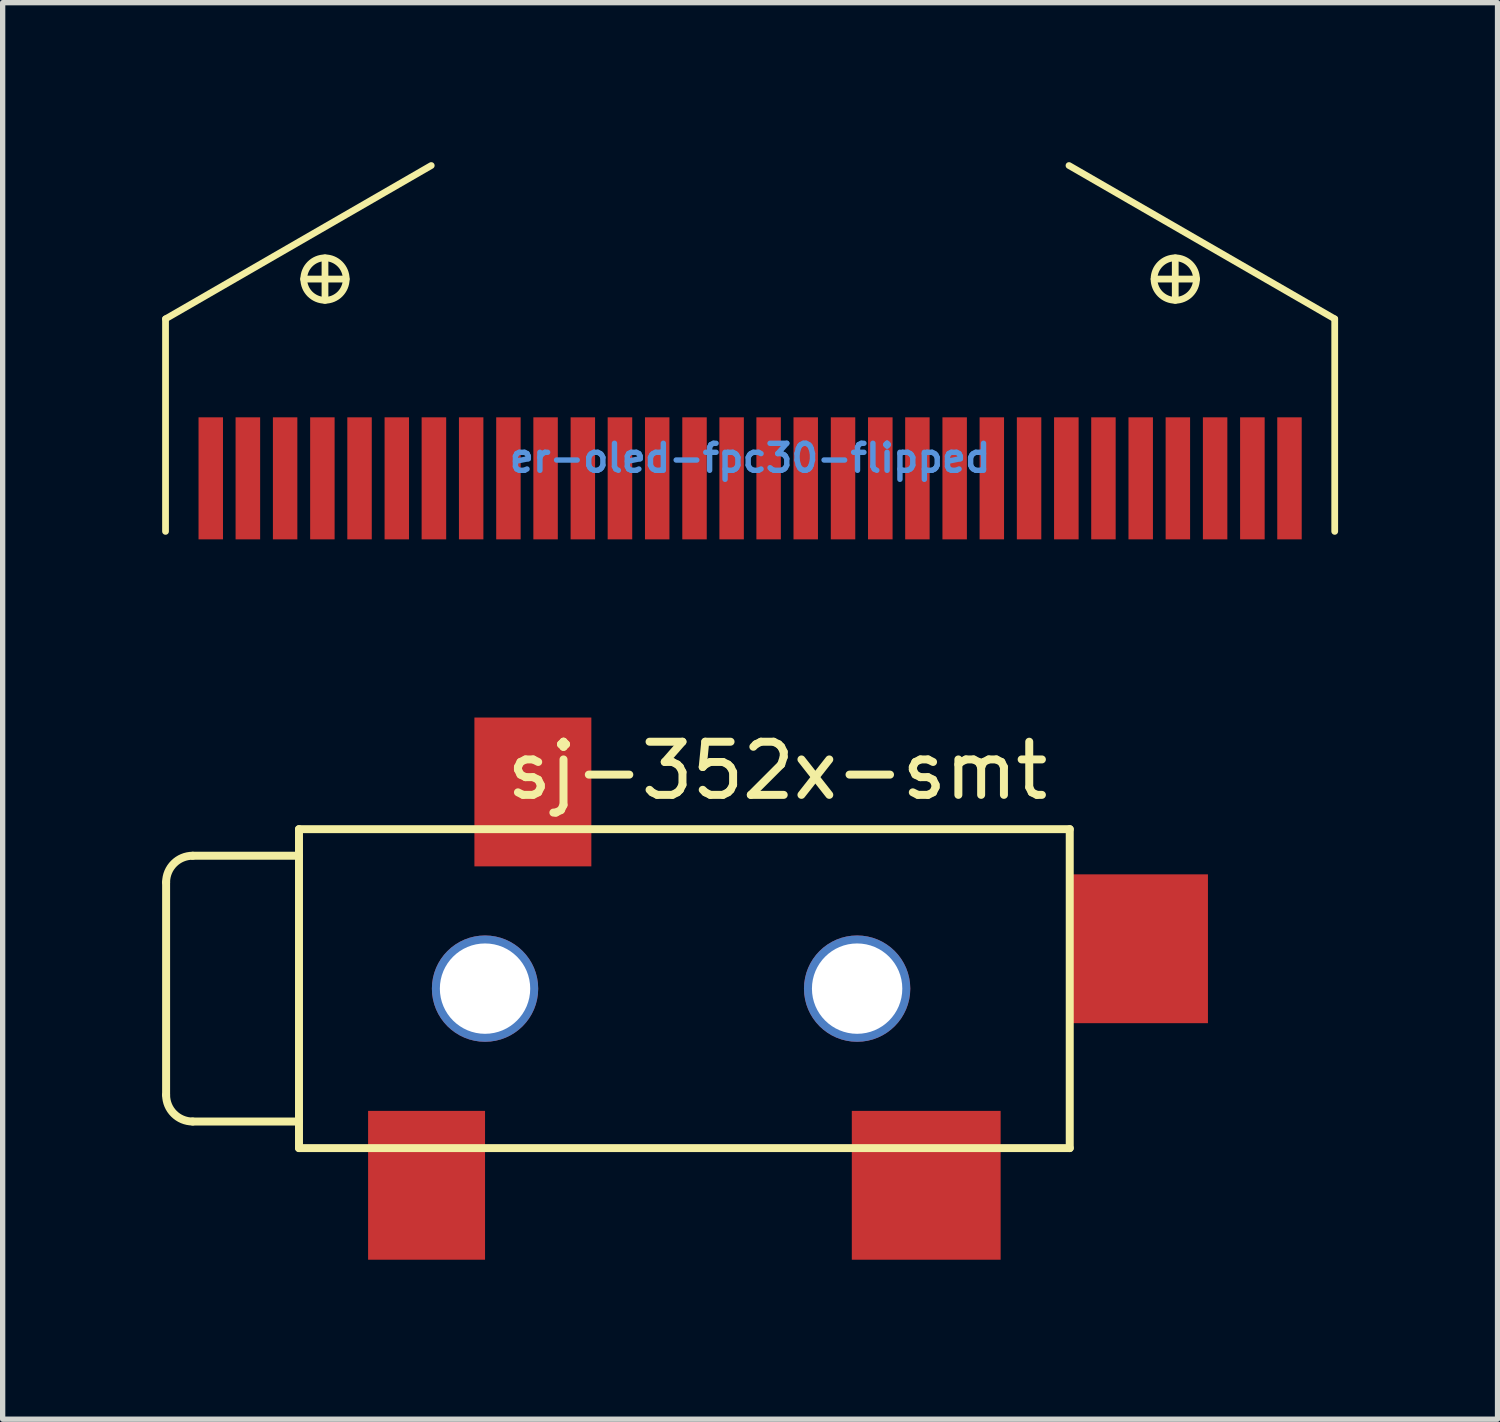
<source format=kicad_pcb>
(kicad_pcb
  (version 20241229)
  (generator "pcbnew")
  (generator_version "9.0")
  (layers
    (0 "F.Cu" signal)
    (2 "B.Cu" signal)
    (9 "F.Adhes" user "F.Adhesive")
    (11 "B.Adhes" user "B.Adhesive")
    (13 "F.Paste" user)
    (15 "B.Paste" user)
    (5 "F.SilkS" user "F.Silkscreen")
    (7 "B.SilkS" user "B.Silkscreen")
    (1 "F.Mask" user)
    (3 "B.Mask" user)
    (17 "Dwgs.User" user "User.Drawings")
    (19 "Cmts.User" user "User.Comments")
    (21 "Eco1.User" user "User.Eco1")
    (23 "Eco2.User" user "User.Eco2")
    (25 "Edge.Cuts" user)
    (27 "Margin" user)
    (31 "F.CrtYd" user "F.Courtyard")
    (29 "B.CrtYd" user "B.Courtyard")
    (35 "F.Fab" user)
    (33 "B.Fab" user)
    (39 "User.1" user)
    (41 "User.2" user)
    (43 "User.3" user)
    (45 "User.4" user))
  (footprint "er-oled-fpc30-flipped"
    (layer "F.Cu")
    (at 11.062 7.199)
    (property "Reference" "er-oled-fpc30-flipped" (at 0 -1.631 0) (layer "Cmts.User") (effects (font (size 0.508 0.508) (thickness 0.102))))
    (attr smd)
    (fp_line (start -10.998 -4.25) (end -5.999 -7.135) (stroke (width 0.127) (type solid)) (layer "F.SilkS"))
    (fp_line (start -10.998 -0.252) (end -10.998 -4.25) (stroke (width 0.127) (type solid)) (layer "F.SilkS"))
    (fp_line (start -7.998 -5.398) (end -7.998 -4.598) (stroke (width 0.127) (type solid)) (layer "F.SilkS"))
    (fp_line (start -7.6 -4.999) (end -8.4 -4.999) (stroke (width 0.127) (type solid)) (layer "F.SilkS"))
    (fp_line (start 7.998 -5.398) (end 7.998 -4.598) (stroke (width 0.127) (type solid)) (layer "F.SilkS"))
    (fp_line (start 8.4 -4.999) (end 7.6 -4.999) (stroke (width 0.127) (type solid)) (layer "F.SilkS"))
    (fp_line (start 10.998 -4.25) (end 5.999 -7.135) (stroke (width 0.127) (type solid)) (layer "F.SilkS"))
    (fp_line (start 10.998 -0.252) (end 10.998 -4.25) (stroke (width 0.127) (type solid)) (layer "F.SilkS"))
    (fp_circle (center -7.998 -4.999) (end -7.998 -5.398) (stroke (width 0.127) (type solid)) (fill no) (layer "F.SilkS"))
    (fp_circle (center 7.998 -4.999) (end 7.998 -5.398) (stroke (width 0.127) (type solid)) (fill no) (layer "F.SilkS"))
    (pad "1" smd rect (at -10.147 -1.25) (size 0.46 2.296) (layers "F.Cu" "F.Mask" "F.Paste"))
    (pad "2" smd rect (at -9.449 -1.25) (size 0.462 2.296) (layers "F.Cu" "F.Mask" "F.Paste"))
    (pad "3" smd rect (at -8.748 -1.25) (size 0.46 2.296) (layers "F.Cu" "F.Mask" "F.Paste"))
    (pad "4" smd rect (at -8.047 -1.25) (size 0.46 2.296) (layers "F.Cu" "F.Mask" "F.Paste"))
    (pad "5" smd rect (at -7.348 -1.25) (size 0.46 2.296) (layers "F.Cu" "F.Mask" "F.Paste"))
    (pad "6" smd rect (at -6.647 -1.25) (size 0.46 2.296) (layers "F.Cu" "F.Mask" "F.Paste"))
    (pad "7" smd rect (at -5.949 -1.25) (size 0.462 2.296) (layers "F.Cu" "F.Mask" "F.Paste"))
    (pad "8" smd rect (at -5.248 -1.25) (size 0.46 2.296) (layers "F.Cu" "F.Mask" "F.Paste"))
    (pad "9" smd rect (at -4.547 -1.25) (size 0.46 2.296) (layers "F.Cu" "F.Mask" "F.Paste"))
    (pad "10" smd rect (at -3.848 -1.25) (size 0.46 2.296) (layers "F.Cu" "F.Mask" "F.Paste"))
    (pad "11" smd rect (at -3.147 -1.25) (size 0.46 2.296) (layers "F.Cu" "F.Mask" "F.Paste"))
    (pad "12" smd rect (at -2.449 -1.25) (size 0.462 2.296) (layers "F.Cu" "F.Mask" "F.Paste"))
    (pad "13" smd rect (at -1.748 -1.25) (size 0.46 2.296) (layers "F.Cu" "F.Mask" "F.Paste"))
    (pad "14" smd rect (at -1.046 -1.25) (size 0.46 2.296) (layers "F.Cu" "F.Mask" "F.Paste"))
    (pad "15" smd rect (at -0.348 -1.25) (size 0.46 2.296) (layers "F.Cu" "F.Mask" "F.Paste"))
    (pad "16" smd rect (at 0.348 -1.25) (size 0.46 2.296) (layers "F.Cu" "F.Mask" "F.Paste"))
    (pad "17" smd rect (at 1.046 -1.25) (size 0.46 2.296) (layers "F.Cu" "F.Mask" "F.Paste"))
    (pad "18" smd rect (at 1.748 -1.25) (size 0.46 2.296) (layers "F.Cu" "F.Mask" "F.Paste"))
    (pad "19" smd rect (at 2.449 -1.25) (size 0.462 2.296) (layers "F.Cu" "F.Mask" "F.Paste"))
    (pad "20" smd rect (at 3.147 -1.25) (size 0.46 2.296) (layers "F.Cu" "F.Mask" "F.Paste"))
    (pad "21" smd rect (at 3.848 -1.25) (size 0.46 2.296) (layers "F.Cu" "F.Mask" "F.Paste"))
    (pad "22" smd rect (at 4.547 -1.25) (size 0.46 2.296) (layers "F.Cu" "F.Mask" "F.Paste"))
    (pad "23" smd rect (at 5.248 -1.25) (size 0.46 2.296) (layers "F.Cu" "F.Mask" "F.Paste"))
    (pad "24" smd rect (at 5.949 -1.25) (size 0.462 2.296) (layers "F.Cu" "F.Mask" "F.Paste"))
    (pad "25" smd rect (at 6.647 -1.25) (size 0.46 2.296) (layers "F.Cu" "F.Mask" "F.Paste"))
    (pad "26" smd rect (at 7.348 -1.25) (size 0.46 2.296) (layers "F.Cu" "F.Mask" "F.Paste"))
    (pad "27" smd rect (at 8.047 -1.25) (size 0.46 2.296) (layers "F.Cu" "F.Mask" "F.Paste"))
    (pad "28" smd rect (at 8.748 -1.25) (size 0.46 2.296) (layers "F.Cu" "F.Mask" "F.Paste"))
    (pad "29" smd rect (at 9.449 -1.25) (size 0.462 2.296) (layers "F.Cu" "F.Mask" "F.Paste"))
    (pad "30" smd rect (at 10.147 -1.25) (size 0.46 2.296) (layers "F.Cu" "F.Mask" "F.Paste")))
  (footprint "sj-352x-smt"
    (layer "F.Cu")
    (at 2.575 15.549)
    (property "Reference" "sj-352x-smt" (at 9 -4.1 0) (layer "F.SilkS") (effects (font (size 1 1) (thickness 0.15))))
    (attr through_hole)
    (fp_line (start -2.5 -2) (end -2.5 2) (stroke (width 0.15) (type solid)) (layer "F.SilkS"))
    (fp_line (start -2 2.5) (end 0 2.5) (stroke (width 0.15) (type solid)) (layer "F.SilkS"))
    (fp_line (start 0 -3) (end 14.5 -3) (stroke (width 0.15) (type solid)) (layer "F.SilkS"))
    (fp_line (start 0 -2.5) (end -2 -2.5) (stroke (width 0.15) (type solid)) (layer "F.SilkS"))
    (fp_line (start 0 3) (end 0 -3) (stroke (width 0.15) (type solid)) (layer "F.SilkS"))
    (fp_line (start 14.5 -3) (end 14.5 3) (stroke (width 0.15) (type solid)) (layer "F.SilkS"))
    (fp_line (start 14.5 3) (end 0 3) (stroke (width 0.15) (type solid)) (layer "F.SilkS"))
    (fp_arc (start -2.5 -2) (mid -2.353553 -2.353553) (end -2 -2.5) (stroke (width 0.15) (type solid)) (layer "F.SilkS"))
    (fp_arc (start -2 2.5) (mid -2.353553 2.353553) (end -2.5 2) (stroke (width 0.15) (type solid)) (layer "F.SilkS"))
    (pad "0" thru_hole circle (at 3.5 0) (size 2 2) (drill 1.7) (layers "*.Cu" "*.Mask"))
    (pad "0" thru_hole circle (at 10.5 0) (size 2 2) (drill 1.7) (layers "*.Cu" "*.Mask"))
    (pad "R" smd rect (at 4.4 -3.7) (size 2.2 2.8) (layers "F.Cu" "F.Mask" "F.Paste"))
    (pad "S" smd rect (at 2.4 3.7) (size 2.2 2.8) (layers "F.Cu" "F.Mask" "F.Paste"))
    (pad "T" smd rect (at 11.8 3.7) (size 2.8 2.8) (layers "F.Cu" "F.Mask" "F.Paste"))
    (pad "TN" smd rect (at 15.8 -0.75) (size 2.6 2.8) (layers "F.Cu" "F.Mask" "F.Paste")))
  (gr_rect
    (start -3 -3)
    (end 25.123 23.649)
    (stroke (width 0.1) (type default))
    (fill no)
    (layer "Edge.Cuts")))
</source>
